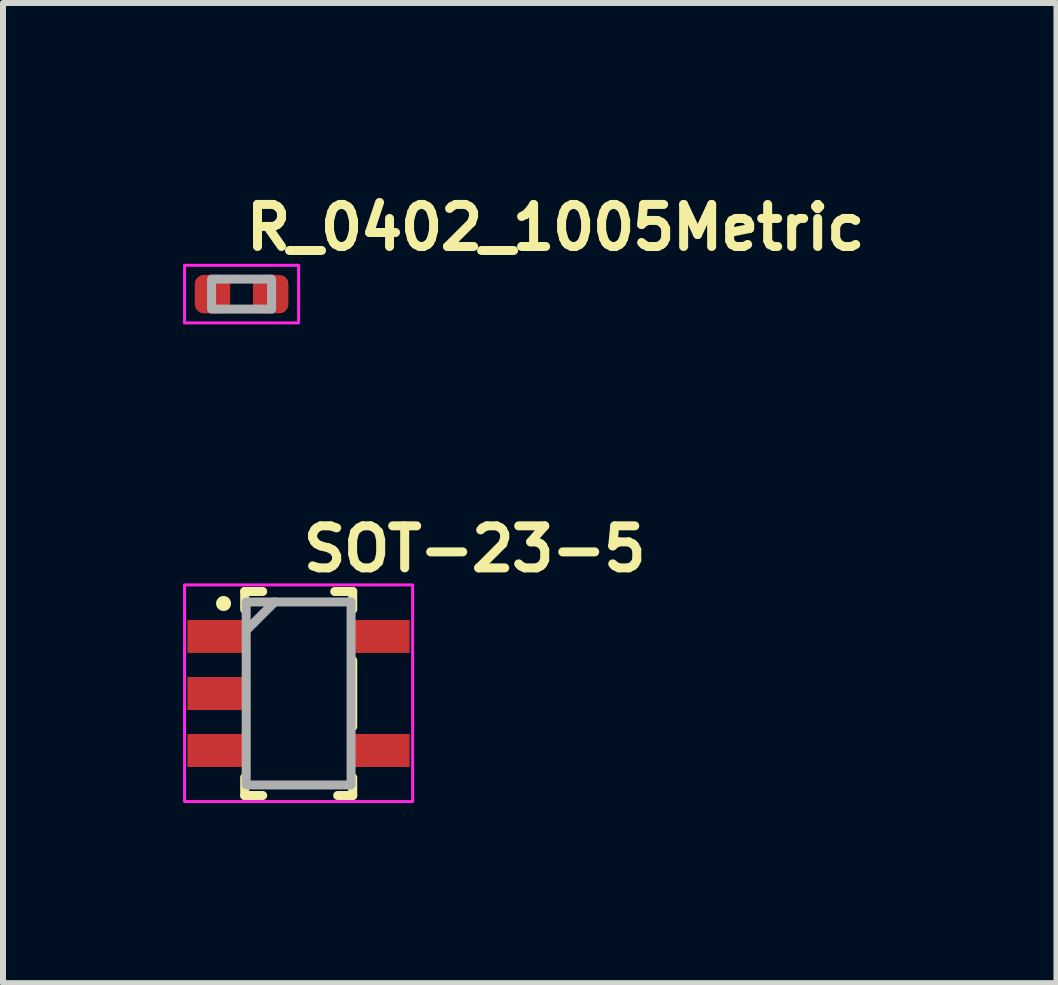
<source format=kicad_pcb>
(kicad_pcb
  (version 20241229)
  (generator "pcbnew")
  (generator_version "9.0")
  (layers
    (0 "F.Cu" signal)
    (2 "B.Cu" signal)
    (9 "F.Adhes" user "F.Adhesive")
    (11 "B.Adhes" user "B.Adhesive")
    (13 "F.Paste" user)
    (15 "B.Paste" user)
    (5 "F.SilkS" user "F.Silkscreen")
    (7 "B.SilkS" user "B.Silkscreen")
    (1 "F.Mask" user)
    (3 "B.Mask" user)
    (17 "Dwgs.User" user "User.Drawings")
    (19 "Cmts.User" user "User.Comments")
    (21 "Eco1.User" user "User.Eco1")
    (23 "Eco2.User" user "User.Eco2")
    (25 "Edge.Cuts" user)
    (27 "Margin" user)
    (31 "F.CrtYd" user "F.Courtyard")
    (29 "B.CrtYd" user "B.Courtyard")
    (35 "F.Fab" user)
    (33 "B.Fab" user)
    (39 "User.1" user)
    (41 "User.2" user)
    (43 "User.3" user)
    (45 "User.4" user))
  (footprint "SOT-23-5"
    (layer "F.Cu")
    (at 1.925 8.505)
    (property "Reference" "SOT-23-5" (at 0.002 -2 0) (layer "F.SilkS") (effects (font (size 0.7 0.7) (thickness 0.15)) (justify left bottom)))
    (attr smd)
    (fp_line (start -0.898 -1.7) (end -0.898 -1.4) (stroke (width 0.15) (type solid)) (layer "F.SilkS"))
    (fp_line (start -0.898 -1.7) (end -0.598 -1.7) (stroke (width 0.15) (type solid)) (layer "F.SilkS"))
    (fp_line (start -0.898 1.699) (end -0.898 1.4) (stroke (width 0.15) (type solid)) (layer "F.SilkS"))
    (fp_line (start -0.598 1.699) (end -0.898 1.699) (stroke (width 0.15) (type solid)) (layer "F.SilkS"))
    (fp_line (start 0.902 -1.7) (end 0.602 -1.7) (stroke (width 0.15) (type solid)) (layer "F.SilkS"))
    (fp_line (start 0.902 -1.4) (end 0.902 -1.7) (stroke (width 0.15) (type solid)) (layer "F.SilkS"))
    (fp_line (start 0.902 0.55) (end 0.902 -0.55) (stroke (width 0.15) (type solid)) (layer "F.SilkS"))
    (fp_line (start 0.902 1.4) (end 0.902 1.699) (stroke (width 0.15) (type solid)) (layer "F.SilkS"))
    (fp_line (start 0.902 1.699) (end 0.651 1.699) (stroke (width 0.15) (type solid)) (layer "F.SilkS"))
    (fp_circle (center -1.25 -1.5) (end -1.2 -1.5) (stroke (width 0.15) (type solid)) (fill yes) (layer "F.SilkS"))
    (fp_rect (start 1.9 -1.81) (end -1.9 1.8) (stroke (width 0.05) (type solid)) (fill no) (layer "F.CrtYd"))
    (fp_line (start -0.398 -1.526) (end -0.874 -1.05) (stroke (width 0.15) (type solid)) (layer "F.Fab"))
    (fp_rect (start 0.874 1.523) (end -0.873 -1.525) (stroke (width 0.15) (type solid)) (fill no) (layer "F.Fab"))
    (fp_rect (start 1.249 -1.5) (end -1.25 1.499) (stroke (width 0.1) (type solid)) (fill no) (layer "User.5"))
    (fp_line (start -1.25 -1.176) (end -1.25 -0.725) (stroke (width 0.02) (type solid)) (layer "User.9"))
    (fp_line (start -1.25 0.225) (end -1.25 -0.227) (stroke (width 0.02) (type solid)) (layer "User.9"))
    (fp_line (start -1.25 1.175) (end -1.25 0.723) (stroke (width 0.02) (type solid)) (layer "User.9"))
    (fp_line (start -1.027 -1.176) (end -1.25 -1.176) (stroke (width 0.02) (type solid)) (layer "User.9"))
    (fp_line (start -1.027 -1.176) (end -0.977 -1.176) (stroke (width 0.02) (type solid)) (layer "User.9"))
    (fp_line (start -1.027 -0.725) (end -1.25 -0.725) (stroke (width 0.02) (type solid)) (layer "User.9"))
    (fp_line (start -1.027 -0.227) (end -1.25 -0.227) (stroke (width 0.02) (type solid)) (layer "User.9"))
    (fp_line (start -1.027 -0.227) (end -0.977 -0.227) (stroke (width 0.02) (type solid)) (layer "User.9"))
    (fp_line (start -1.027 0.225) (end -1.25 0.225) (stroke (width 0.02) (type solid)) (layer "User.9"))
    (fp_line (start -1.027 0.723) (end -1.25 0.723) (stroke (width 0.02) (type solid)) (layer "User.9"))
    (fp_line (start -1.027 0.723) (end -0.977 0.723) (stroke (width 0.02) (type solid)) (layer "User.9"))
    (fp_line (start -1.027 1.175) (end -1.25 1.175) (stroke (width 0.02) (type solid)) (layer "User.9"))
    (fp_line (start -0.977 -0.725) (end -1.027 -0.725) (stroke (width 0.02) (type solid)) (layer "User.9"))
    (fp_line (start -0.977 0.225) (end -1.027 0.225) (stroke (width 0.02) (type solid)) (layer "User.9"))
    (fp_line (start -0.977 1.175) (end -1.027 1.175) (stroke (width 0.02) (type solid)) (layer "User.9"))
    (fp_line (start -0.956 -1.176) (end -0.977 -1.176) (stroke (width 0.02) (type solid)) (layer "User.9"))
    (fp_line (start -0.956 -1.176) (end -0.756 -1.176) (stroke (width 0.02) (type solid)) (layer "User.9"))
    (fp_line (start -0.956 -0.725) (end -0.977 -0.725) (stroke (width 0.02) (type solid)) (layer "User.9"))
    (fp_line (start -0.956 -0.227) (end -0.977 -0.227) (stroke (width 0.02) (type solid)) (layer "User.9"))
    (fp_line (start -0.956 -0.227) (end -0.756 -0.227) (stroke (width 0.02) (type solid)) (layer "User.9"))
    (fp_line (start -0.956 0.225) (end -0.977 0.225) (stroke (width 0.02) (type solid)) (layer "User.9"))
    (fp_line (start -0.956 0.723) (end -0.977 0.723) (stroke (width 0.02) (type solid)) (layer "User.9"))
    (fp_line (start -0.956 0.723) (end -0.756 0.723) (stroke (width 0.02) (type solid)) (layer "User.9"))
    (fp_line (start -0.956 1.175) (end -0.977 1.175) (stroke (width 0.02) (type solid)) (layer "User.9"))
    (fp_line (start -0.756 -0.725) (end -0.956 -0.725) (stroke (width 0.02) (type solid)) (layer "User.9"))
    (fp_line (start -0.756 0.225) (end -0.956 0.225) (stroke (width 0.02) (type solid)) (layer "User.9"))
    (fp_line (start -0.756 1.175) (end -0.956 1.175) (stroke (width 0.02) (type solid)) (layer "User.9"))
    (fp_line (start -0.7 -1.5) (end -0.7 -1.176) (stroke (width 0.02) (type solid)) (layer "User.9"))
    (fp_line (start -0.7 -1.176) (end -0.756 -1.176) (stroke (width 0.02) (type solid)) (layer "User.9"))
    (fp_line (start -0.7 -1.176) (end -0.7 -0.725) (stroke (width 0.02) (type solid)) (layer "User.9"))
    (fp_line (start -0.7 -0.725) (end -0.756 -0.725) (stroke (width 0.02) (type solid)) (layer "User.9"))
    (fp_line (start -0.7 -0.725) (end -0.7 -0.227) (stroke (width 0.02) (type solid)) (layer "User.9"))
    (fp_line (start -0.7 -0.227) (end -0.756 -0.227) (stroke (width 0.02) (type solid)) (layer "User.9"))
    (fp_line (start -0.7 -0.227) (end -0.7 0.225) (stroke (width 0.02) (type solid)) (layer "User.9"))
    (fp_line (start -0.7 0.225) (end -0.756 0.225) (stroke (width 0.02) (type solid)) (layer "User.9"))
    (fp_line (start -0.7 0.225) (end -0.7 0.723) (stroke (width 0.02) (type solid)) (layer "User.9"))
    (fp_line (start -0.7 0.723) (end -0.756 0.723) (stroke (width 0.02) (type solid)) (layer "User.9"))
    (fp_line (start -0.7 0.723) (end -0.7 1.175) (stroke (width 0.02) (type solid)) (layer "User.9"))
    (fp_line (start -0.7 1.175) (end -0.756 1.175) (stroke (width 0.02) (type solid)) (layer "User.9"))
    (fp_line (start -0.7 1.175) (end -0.7 1.499) (stroke (width 0.02) (type solid)) (layer "User.9"))
    (fp_line (start -0.7 1.499) (end 0.7 1.499) (stroke (width 0.02) (type solid)) (layer "User.9"))
    (fp_line (start -0.652 -1.452) (end -0.7 -1.5) (stroke (width 0.02) (type solid)) (layer "User.9"))
    (fp_line (start -0.652 -1.452) (end -0.652 1.451) (stroke (width 0.02) (type solid)) (layer "User.9"))
    (fp_line (start -0.652 1.451) (end -0.7 1.499) (stroke (width 0.02) (type solid)) (layer "User.9"))
    (fp_line (start -0.652 1.451) (end 0.652 1.451) (stroke (width 0.02) (type solid)) (layer "User.9"))
    (fp_line (start 0.652 -1.452) (end -0.652 -1.452) (stroke (width 0.02) (type solid)) (layer "User.9"))
    (fp_line (start 0.652 -1.452) (end 0.7 -1.5) (stroke (width 0.02) (type solid)) (layer "User.9"))
    (fp_line (start 0.652 1.451) (end 0.652 -1.452) (stroke (width 0.02) (type solid)) (layer "User.9"))
    (fp_line (start 0.652 1.451) (end 0.7 1.499) (stroke (width 0.02) (type solid)) (layer "User.9"))
    (fp_line (start 0.7 -1.5) (end -0.7 -1.5) (stroke (width 0.02) (type solid)) (layer "User.9"))
    (fp_line (start 0.7 -1.176) (end 0.7 -1.5) (stroke (width 0.02) (type solid)) (layer "User.9"))
    (fp_line (start 0.7 -1.176) (end 0.756 -1.176) (stroke (width 0.02) (type solid)) (layer "User.9"))
    (fp_line (start 0.7 -0.725) (end 0.7 -1.176) (stroke (width 0.02) (type solid)) (layer "User.9"))
    (fp_line (start 0.7 -0.725) (end 0.756 -0.725) (stroke (width 0.02) (type solid)) (layer "User.9"))
    (fp_line (start 0.7 0.723) (end 0.7 -0.725) (stroke (width 0.02) (type solid)) (layer "User.9"))
    (fp_line (start 0.7 0.723) (end 0.756 0.723) (stroke (width 0.02) (type solid)) (layer "User.9"))
    (fp_line (start 0.7 1.175) (end 0.7 0.723) (stroke (width 0.02) (type solid)) (layer "User.9"))
    (fp_line (start 0.7 1.175) (end 0.756 1.175) (stroke (width 0.02) (type solid)) (layer "User.9"))
    (fp_line (start 0.7 1.499) (end 0.7 1.175) (stroke (width 0.02) (type solid)) (layer "User.9"))
    (fp_line (start 0.756 -1.176) (end 0.956 -1.176) (stroke (width 0.02) (type solid)) (layer "User.9"))
    (fp_line (start 0.756 0.723) (end 0.956 0.723) (stroke (width 0.02) (type solid)) (layer "User.9"))
    (fp_line (start 0.956 -1.176) (end 0.977 -1.176) (stroke (width 0.02) (type solid)) (layer "User.9"))
    (fp_line (start 0.956 -0.725) (end 0.756 -0.725) (stroke (width 0.02) (type solid)) (layer "User.9"))
    (fp_line (start 0.956 -0.725) (end 0.977 -0.725) (stroke (width 0.02) (type solid)) (layer "User.9"))
    (fp_line (start 0.956 0.723) (end 0.977 0.723) (stroke (width 0.02) (type solid)) (layer "User.9"))
    (fp_line (start 0.956 1.175) (end 0.756 1.175) (stroke (width 0.02) (type solid)) (layer "User.9"))
    (fp_line (start 0.956 1.175) (end 0.977 1.175) (stroke (width 0.02) (type solid)) (layer "User.9"))
    (fp_line (start 0.977 -1.176) (end 1.026 -1.176) (stroke (width 0.02) (type solid)) (layer "User.9"))
    (fp_line (start 0.977 0.723) (end 1.026 0.723) (stroke (width 0.02) (type solid)) (layer "User.9"))
    (fp_line (start 1.026 -1.176) (end 1.249 -1.176) (stroke (width 0.02) (type solid)) (layer "User.9"))
    (fp_line (start 1.026 -0.725) (end 0.977 -0.725) (stroke (width 0.02) (type solid)) (layer "User.9"))
    (fp_line (start 1.026 -0.725) (end 1.249 -0.725) (stroke (width 0.02) (type solid)) (layer "User.9"))
    (fp_line (start 1.026 0.723) (end 1.249 0.723) (stroke (width 0.02) (type solid)) (layer "User.9"))
    (fp_line (start 1.026 1.175) (end 0.977 1.175) (stroke (width 0.02) (type solid)) (layer "User.9"))
    (fp_line (start 1.026 1.175) (end 1.249 1.175) (stroke (width 0.02) (type solid)) (layer "User.9"))
    (fp_line (start 1.249 -1.176) (end 1.249 -0.725) (stroke (width 0.02) (type solid)) (layer "User.9"))
    (fp_line (start 1.249 1.175) (end 1.249 0.723) (stroke (width 0.02) (type solid)) (layer "User.9"))
    (pad "1" smd rect (at -1.351 -0.951 270) (size 0.55 1) (layers "F.Cu" "F.Mask" "F.Paste"))
    (pad "2" smd rect (at -1.351 0 270) (size 0.55 1) (layers "F.Cu" "F.Mask" "F.Paste"))
    (pad "3" smd rect (at -1.351 0.949 270) (size 0.55 1) (layers "F.Cu" "F.Mask" "F.Paste"))
    (pad "4" smd rect (at 1.35 0.949 270) (size 0.55 1) (layers "F.Cu" "F.Mask" "F.Paste"))
    (pad "5" smd rect (at 1.35 -0.951 270) (size 0.55 1) (layers "F.Cu" "F.Mask" "F.Paste")))
  (footprint "R_0402_1005Metric"
    (layer "F.Cu")
    (at 0.975 1.85)
    (property "Reference" "R_0402_1005Metric" (at 0 -0.7 0) (layer "F.SilkS") (effects (font (size 0.7 0.7) (thickness 0.15)) (justify left bottom)))
    (attr smd)
    (fp_rect (start -0.95 -0.48) (end 0.95 0.48) (stroke (width 0.05) (type solid)) (fill no) (layer "F.CrtYd"))
    (fp_rect (start -0.5 -0.25) (end 0.5 0.25) (stroke (width 0.15) (type solid)) (fill no) (layer "F.Fab"))
    (fp_rect (start -0.5 -0.25) (end 0.5 0.25) (stroke (width 0.1) (type solid)) (fill no) (layer "User.5"))
    (fp_line (start -0.5 0.248) (end -0.5 -0.25) (stroke (width 0.02) (type solid)) (layer "User.9"))
    (fp_line (start -0.25 -0.25) (end -0.5 -0.25) (stroke (width 0.02) (type solid)) (layer "User.9"))
    (fp_line (start -0.25 0.248) (end -0.5 0.248) (stroke (width 0.02) (type solid)) (layer "User.9"))
    (fp_line (start -0.25 0.248) (end -0.25 -0.25) (stroke (width 0.02) (type solid)) (layer "User.9"))
    (fp_line (start 0.248 -0.25) (end 0.248 0.248) (stroke (width 0.02) (type solid)) (layer "User.9"))
    (fp_line (start 0.248 -0.232) (end -0.25 -0.232) (stroke (width 0.02) (type solid)) (layer "User.9"))
    (fp_line (start 0.248 0.23) (end -0.25 0.23) (stroke (width 0.02) (type solid)) (layer "User.9"))
    (fp_line (start 0.248 0.248) (end 0.498 0.248) (stroke (width 0.02) (type solid)) (layer "User.9"))
    (fp_line (start 0.498 -0.25) (end 0.248 -0.25) (stroke (width 0.02) (type solid)) (layer "User.9"))
    (fp_line (start 0.498 0.248) (end 0.498 -0.25) (stroke (width 0.02) (type solid)) (layer "User.9"))
    (pad "1" smd roundrect (at -0.485 0) (size 0.59 0.64) (layers "F.Cu" "F.Mask" "F.Paste") (roundrect_rratio 0.25))
    (pad "2" smd roundrect (at 0.485 0) (size 0.59 0.64) (layers "F.Cu" "F.Mask" "F.Paste") (roundrect_rratio 0.25)))
  (gr_rect
    (start -3 -3)
    (end 14.552 13.33)
    (stroke (width 0.1) (type default))
    (fill no)
    (layer "Edge.Cuts")))
</source>
